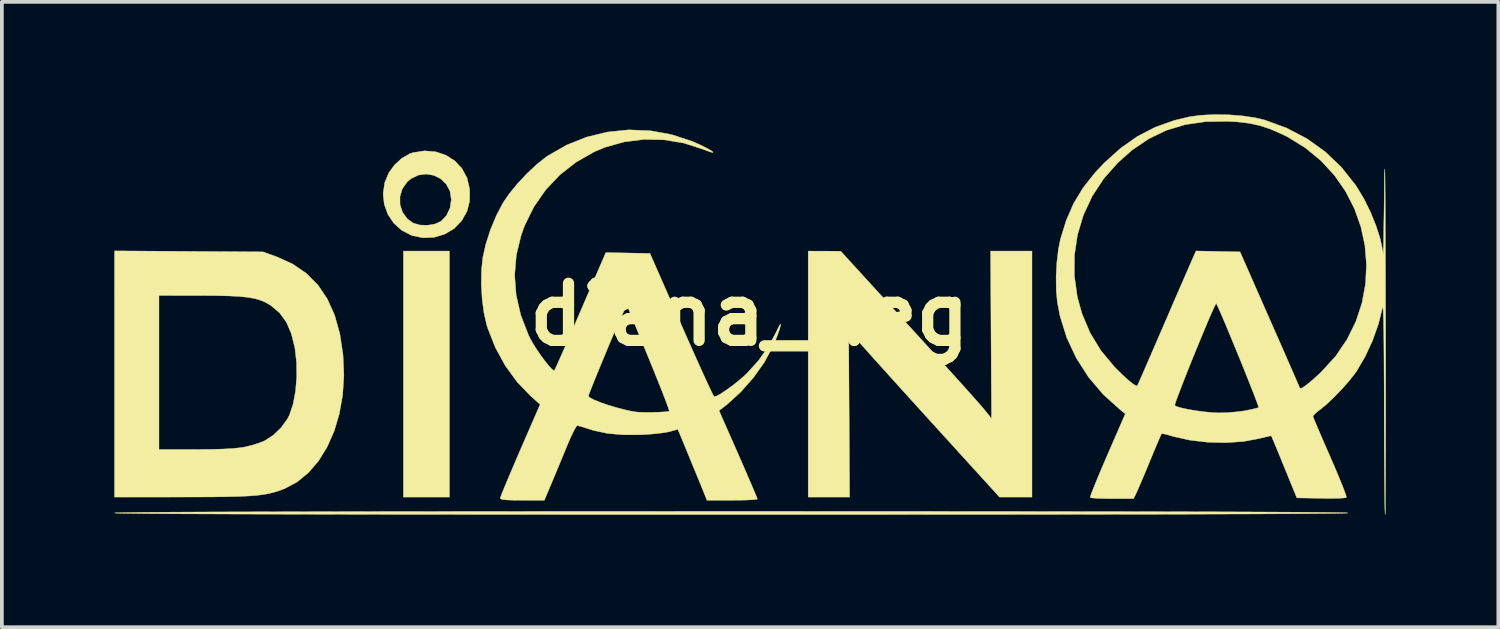
<source format=kicad_pcb>
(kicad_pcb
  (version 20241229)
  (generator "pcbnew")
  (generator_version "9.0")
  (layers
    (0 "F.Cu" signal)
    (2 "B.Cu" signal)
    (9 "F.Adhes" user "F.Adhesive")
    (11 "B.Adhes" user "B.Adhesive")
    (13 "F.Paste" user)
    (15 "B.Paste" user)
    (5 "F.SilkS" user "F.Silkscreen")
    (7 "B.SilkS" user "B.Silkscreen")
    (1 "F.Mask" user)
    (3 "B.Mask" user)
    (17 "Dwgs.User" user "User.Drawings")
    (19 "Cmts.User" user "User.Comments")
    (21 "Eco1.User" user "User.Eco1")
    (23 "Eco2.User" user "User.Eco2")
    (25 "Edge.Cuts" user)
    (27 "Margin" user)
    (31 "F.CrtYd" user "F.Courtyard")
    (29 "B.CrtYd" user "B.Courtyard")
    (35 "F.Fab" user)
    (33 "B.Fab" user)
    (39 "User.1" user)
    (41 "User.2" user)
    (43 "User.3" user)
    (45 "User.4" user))
  (footprint "diana_Neg"
    (layer "F.Cu")
    (at 16.938 5.339)
    (property "Reference" "diana_Neg" (at 0 0 0) (layer "F.SilkS") (effects (font (size 1.524 1.524) (thickness 0.3))))
    (attr through_hole)
    (fp_poly (pts (xy -8.001 4.868) (xy -9.229 4.868) (xy -9.229 -1.693) (xy -8.001 -1.693) (xy -8.001 4.868)) (stroke (width 0.01) (type solid)) (fill yes) (layer "F.SilkS"))
    (fp_poly (pts (xy 7.535 4.868) (xy 7.101 4.868) (xy 6.668 4.868) (xy 4.753 2.762) (xy 4.425 2.401) (xy 4.112 2.056) (xy 3.819 1.731) (xy 3.551 1.434) (xy 3.312 1.169) (xy 3.109 0.942) (xy 2.945 0.758) (xy 2.826 0.623) (xy 2.756 0.542) (xy 2.742 0.525) (xy 2.646 0.393) (xy 2.671 4.868) (xy 1.566 4.868) (xy 1.566 -1.693) (xy 2 -1.691) (xy 2.434 -1.69) (xy 4.233 0.28) (xy 4.556 0.633) (xy 4.866 0.975) (xy 5.16 1.298) (xy 5.43 1.597) (xy 5.672 1.865) (xy 5.879 2.096) (xy 6.047 2.285) (xy 6.169 2.423) (xy 6.24 2.507) (xy 6.244 2.511) (xy 6.456 2.773) (xy 6.443 0.54) (xy 6.431 -1.693) (xy 7.535 -1.693) (xy 7.535 4.868)) (stroke (width 0.01) (type solid)) (fill yes) (layer "F.SilkS"))
    (fp_poly (pts (xy -8.369 -4.342) (xy -8.095 -4.25) (xy -7.857 -4.098) (xy -7.666 -3.893) (xy -7.531 -3.64) (xy -7.463 -3.346) (xy -7.461 -3.322) (xy -7.464 -3.021) (xy -7.531 -2.759) (xy -7.667 -2.514) (xy -7.679 -2.498) (xy -7.879 -2.291) (xy -8.127 -2.144) (xy -8.407 -2.06) (xy -8.702 -2.046) (xy -8.994 -2.105) (xy -9.01 -2.11) (xy -9.275 -2.247) (xy -9.489 -2.44) (xy -9.646 -2.677) (xy -9.741 -2.945) (xy -9.762 -3.144) (xy -9.321 -3.144) (xy -9.318 -2.928) (xy -9.25 -2.724) (xy -9.122 -2.55) (xy -8.965 -2.439) (xy -8.792 -2.388) (xy -8.587 -2.381) (xy -8.386 -2.415) (xy -8.226 -2.488) (xy -8.08 -2.641) (xy -7.985 -2.844) (xy -7.952 -3.068) (xy -7.988 -3.294) (xy -8.088 -3.48) (xy -8.236 -3.622) (xy -8.419 -3.713) (xy -8.622 -3.747) (xy -8.83 -3.719) (xy -9.028 -3.622) (xy -9.127 -3.539) (xy -9.259 -3.354) (xy -9.321 -3.144) (xy -9.762 -3.144) (xy -9.77 -3.23) (xy -9.728 -3.518) (xy -9.621 -3.777) (xy -9.466 -3.991) (xy -9.271 -4.169) (xy -9.059 -4.29) (xy -8.984 -4.316) (xy -8.669 -4.366) (xy -8.369 -4.342)) (stroke (width 0.01) (type solid)) (fill yes) (layer "F.SilkS"))
    (fp_poly (pts (xy -12.975 -1.672) (xy -12.608 -1.541) (xy -12.184 -1.349) (xy -11.818 -1.098) (xy -11.509 -0.788) (xy -11.258 -0.416) (xy -11.063 0.018) (xy -10.924 0.515) (xy -10.84 1.075) (xy -10.839 1.082) (xy -10.816 1.626) (xy -10.85 2.15) (xy -10.938 2.647) (xy -11.076 3.11) (xy -11.262 3.53) (xy -11.491 3.902) (xy -11.76 4.216) (xy -12.067 4.468) (xy -12.408 4.648) (xy -12.436 4.658) (xy -12.568 4.706) (xy -12.699 4.745) (xy -12.836 4.778) (xy -12.989 4.804) (xy -13.167 4.825) (xy -13.378 4.84) (xy -13.632 4.852) (xy -13.937 4.859) (xy -14.302 4.864) (xy -14.735 4.866) (xy -15.124 4.867) (xy -16.933 4.868) (xy -16.933 3.598) (xy -15.748 3.598) (xy -14.778 3.598) (xy -14.376 3.596) (xy -14.049 3.587) (xy -13.788 3.573) (xy -13.583 3.552) (xy -13.477 3.535) (xy -13.281 3.489) (xy -13.085 3.428) (xy -12.93 3.366) (xy -12.928 3.365) (xy -12.698 3.216) (xy -12.487 3.011) (xy -12.319 2.779) (xy -12.268 2.679) (xy -12.171 2.389) (xy -12.106 2.043) (xy -12.075 1.665) (xy -12.08 1.277) (xy -12.122 0.903) (xy -12.125 0.884) (xy -12.218 0.51) (xy -12.35 0.204) (xy -12.529 -0.042) (xy -12.758 -0.237) (xy -12.783 -0.253) (xy -12.906 -0.324) (xy -13.037 -0.38) (xy -13.189 -0.425) (xy -13.37 -0.458) (xy -13.592 -0.481) (xy -13.866 -0.496) (xy -14.202 -0.504) (xy -14.61 -0.507) (xy -14.658 -0.507) (xy -15.748 -0.508) (xy -15.748 3.598) (xy -16.933 3.598) (xy -16.933 -1.698) (xy -12.975 -1.672)) (stroke (width 0.01) (type solid)) (fill yes) (layer "F.SilkS"))
    (fp_poly (pts (xy 1.132 5.249) (xy 2.667 5.25) (xy 4.118 5.25) (xy 5.487 5.251) (xy 6.771 5.252) (xy 7.972 5.253) (xy 9.089 5.255) (xy 10.122 5.256) (xy 11.071 5.258) (xy 11.936 5.26) (xy 12.718 5.262) (xy 13.415 5.265) (xy 14.028 5.268) (xy 14.557 5.271) (xy 15.001 5.274) (xy 15.361 5.277) (xy 15.637 5.281) (xy 15.828 5.284) (xy 15.935 5.288) (xy 15.96 5.292) (xy 15.917 5.296) (xy 15.79 5.3) (xy 15.579 5.304) (xy 15.283 5.307) (xy 14.903 5.31) (xy 14.438 5.313) (xy 13.889 5.316) (xy 13.256 5.319) (xy 12.539 5.321) (xy 11.737 5.324) (xy 10.852 5.326) (xy 9.883 5.327) (xy 8.829 5.329) (xy 7.692 5.33) (xy 6.472 5.332) (xy 5.167 5.332) (xy 3.779 5.333) (xy 2.308 5.334) (xy 0.753 5.334) (xy -0.487 5.334) (xy -2.105 5.334) (xy -3.641 5.334) (xy -5.092 5.333) (xy -6.46 5.332) (xy -7.745 5.331) (xy -8.945 5.33) (xy -10.062 5.329) (xy -11.096 5.327) (xy -12.045 5.325) (xy -12.91 5.323) (xy -13.691 5.321) (xy -14.389 5.318) (xy -15.002 5.316) (xy -15.53 5.313) (xy -15.975 5.31) (xy -16.335 5.306) (xy -16.611 5.303) (xy -16.802 5.299) (xy -16.909 5.295) (xy -16.933 5.292) (xy -16.891 5.287) (xy -16.764 5.284) (xy -16.553 5.28) (xy -16.257 5.276) (xy -15.876 5.273) (xy -15.412 5.27) (xy -14.863 5.267) (xy -14.23 5.264) (xy -13.512 5.262) (xy -12.711 5.26) (xy -11.826 5.258) (xy -10.856 5.256) (xy -9.803 5.254) (xy -8.666 5.253) (xy -7.445 5.252) (xy -6.141 5.251) (xy -4.753 5.25) (xy -3.281 5.25) (xy -1.726 5.249) (xy -0.487 5.249) (xy 1.132 5.249)) (stroke (width 0.01) (type solid)) (fill yes) (layer "F.SilkS"))
    (fp_poly (pts (xy -2.649 -4.903) (xy -2.083 -4.802) (xy -1.529 -4.62) (xy -1.33 -4.533) (xy -1.15 -4.444) (xy -1.029 -4.377) (xy -0.97 -4.335) (xy -0.977 -4.321) (xy -1.052 -4.339) (xy -1.198 -4.393) (xy -1.222 -4.403) (xy -1.742 -4.571) (xy -2.275 -4.66) (xy -2.812 -4.671) (xy -3.342 -4.604) (xy -3.855 -4.459) (xy -4.138 -4.341) (xy -4.625 -4.064) (xy -5.059 -3.723) (xy -5.436 -3.324) (xy -5.75 -2.872) (xy -5.996 -2.372) (xy -6.089 -2.117) (xy -6.217 -1.587) (xy -6.262 -1.053) (xy -6.222 -0.518) (xy -6.099 0.017) (xy -5.892 0.549) (xy -5.86 0.614) (xy -5.782 0.758) (xy -5.681 0.919) (xy -5.569 1.084) (xy -5.456 1.237) (xy -5.352 1.366) (xy -5.268 1.457) (xy -5.214 1.494) (xy -5.203 1.492) (xy -5.18 1.447) (xy -5.128 1.333) (xy -5.05 1.159) (xy -4.95 0.931) (xy -4.831 0.66) (xy -4.697 0.354) (xy -4.553 0.02) (xy -4.503 -0.096) (xy -3.831 -1.653) (xy -2.653 -1.63) (xy -1.817 0.274) (xy -1.651 0.651) (xy -1.494 1.003) (xy -1.35 1.324) (xy -1.223 1.605) (xy -1.115 1.84) (xy -1.03 2.021) (xy -0.972 2.14) (xy -0.944 2.189) (xy -0.943 2.19) (xy -0.88 2.175) (xy -0.769 2.115) (xy -0.624 2.019) (xy -0.459 1.9) (xy -0.291 1.766) (xy -0.132 1.629) (xy -0.071 1.572) (xy 0.243 1.225) (xy 0.515 0.839) (xy 0.702 0.491) (xy 0.761 0.367) (xy 0.806 0.281) (xy 0.825 0.254) (xy 0.829 0.29) (xy 0.805 0.385) (xy 0.758 0.523) (xy 0.696 0.685) (xy 0.624 0.854) (xy 0.615 0.873) (xy 0.392 1.281) (xy 0.104 1.685) (xy -0.23 2.063) (xy -0.591 2.393) (xy -0.649 2.438) (xy -0.811 2.563) (xy -0.299 3.725) (xy -0.171 4.018) (xy -0.055 4.286) (xy 0.046 4.52) (xy 0.126 4.708) (xy 0.182 4.843) (xy 0.21 4.913) (xy 0.212 4.92) (xy 0.172 4.931) (xy 0.061 4.941) (xy -0.105 4.948) (xy -0.314 4.952) (xy -0.461 4.953) (xy -1.134 4.953) (xy -1.206 4.773) (xy -1.244 4.677) (xy -1.309 4.519) (xy -1.393 4.314) (xy -1.49 4.079) (xy -1.593 3.829) (xy -1.593 3.827) (xy -1.909 3.061) (xy -2.129 3.122) (xy -2.259 3.148) (xy -2.448 3.172) (xy -2.67 3.193) (xy -2.89 3.206) (xy -3.368 3.208) (xy -3.787 3.17) (xy -4.162 3.09) (xy -4.308 3.044) (xy -4.444 3) (xy -4.55 2.971) (xy -4.594 2.963) (xy -4.628 3) (xy -4.685 3.102) (xy -4.758 3.253) (xy -4.84 3.439) (xy -4.857 3.482) (xy -4.962 3.737) (xy -5.08 4.021) (xy -5.194 4.296) (xy -5.27 4.477) (xy -5.47 4.953) (xy -6.058 4.953) (xy -6.302 4.951) (xy -6.472 4.945) (xy -6.579 4.934) (xy -6.633 4.917) (xy -6.646 4.897) (xy -6.63 4.846) (xy -6.584 4.726) (xy -6.511 4.55) (xy -6.417 4.325) (xy -6.305 4.061) (xy -6.18 3.77) (xy -6.115 3.619) (xy -5.583 2.398) (xy -5.833 2.174) (xy -5.835 2.173) (xy -4.297 2.173) (xy -4.258 2.215) (xy -4.152 2.272) (xy -3.995 2.336) (xy -3.801 2.404) (xy -3.587 2.47) (xy -3.368 2.529) (xy -3.159 2.576) (xy -3.027 2.598) (xy -2.924 2.606) (xy -2.776 2.61) (xy -2.605 2.609) (xy -2.434 2.604) (xy -2.284 2.596) (xy -2.178 2.586) (xy -2.139 2.576) (xy -2.149 2.533) (xy -2.188 2.421) (xy -2.253 2.249) (xy -2.339 2.026) (xy -2.445 1.761) (xy -2.565 1.464) (xy -2.671 1.203) (xy -2.803 0.882) (xy -2.925 0.585) (xy -3.034 0.319) (xy -3.125 0.096) (xy -3.195 -0.076) (xy -3.24 -0.186) (xy -3.255 -0.224) (xy -3.277 -0.216) (xy -3.325 -0.138) (xy -3.398 0.012) (xy -3.499 0.234) (xy -3.628 0.533) (xy -3.786 0.908) (xy -3.79 0.919) (xy -3.915 1.221) (xy -4.029 1.497) (xy -4.128 1.739) (xy -4.207 1.937) (xy -4.264 2.081) (xy -4.293 2.16) (xy -4.297 2.173) (xy -5.835 2.173) (xy -6.194 1.801) (xy -6.511 1.365) (xy -6.776 0.882) (xy -6.98 0.366) (xy -7.008 0.275) (xy -7.08 -0.042) (xy -7.129 -0.409) (xy -7.152 -0.798) (xy -7.147 -1.175) (xy -7.113 -1.512) (xy -7.113 -1.514) (xy -7.032 -1.876) (xy -6.907 -2.264) (xy -6.749 -2.644) (xy -6.573 -2.979) (xy -6.403 -3.227) (xy -6.182 -3.496) (xy -5.931 -3.763) (xy -5.673 -4.005) (xy -5.427 -4.201) (xy -5.381 -4.232) (xy -4.875 -4.522) (xy -4.341 -4.734) (xy -3.786 -4.869) (xy -3.22 -4.926) (xy -2.649 -4.903)) (stroke (width 0.01) (type solid)) (fill yes) (layer "F.SilkS"))
    (fp_poly (pts (xy 12.792 -5.327) (xy 13.174 -5.296) (xy 13.521 -5.242) (xy 13.737 -5.19) (xy 14.329 -4.973) (xy 14.869 -4.69) (xy 15.355 -4.342) (xy 15.788 -3.928) (xy 16.166 -3.45) (xy 16.199 -3.401) (xy 16.39 -3.084) (xy 16.562 -2.735) (xy 16.709 -2.374) (xy 16.821 -2.026) (xy 16.889 -1.711) (xy 16.901 -1.612) (xy 16.903 -1.631) (xy 16.907 -1.726) (xy 16.911 -1.89) (xy 16.915 -2.115) (xy 16.919 -2.394) (xy 16.924 -2.719) (xy 16.929 -3.082) (xy 16.933 -3.429) (xy 16.937 -3.663) (xy 16.94 -3.814) (xy 16.943 -3.882) (xy 16.945 -3.867) (xy 16.948 -3.772) (xy 16.951 -3.596) (xy 16.953 -3.341) (xy 16.956 -3.007) (xy 16.958 -2.596) (xy 16.96 -2.108) (xy 16.962 -1.543) (xy 16.964 -0.904) (xy 16.965 -0.191) (xy 16.966 -0.011) (xy 16.967 0.655) (xy 16.968 1.296) (xy 16.968 1.909) (xy 16.968 2.487) (xy 16.968 3.027) (xy 16.967 3.522) (xy 16.966 3.968) (xy 16.965 4.361) (xy 16.963 4.694) (xy 16.962 4.963) (xy 16.959 5.162) (xy 16.957 5.288) (xy 16.955 5.334) (xy 16.954 5.334) (xy 16.951 5.293) (xy 16.947 5.174) (xy 16.944 4.984) (xy 16.941 4.73) (xy 16.938 4.419) (xy 16.935 4.058) (xy 16.932 3.653) (xy 16.931 3.212) (xy 16.929 2.742) (xy 16.929 2.466) (xy 16.927 1.84) (xy 16.924 1.297) (xy 16.921 0.837) (xy 16.917 0.461) (xy 16.911 0.169) (xy 16.905 -0.04) (xy 16.898 -0.165) (xy 16.889 -0.205) (xy 16.885 -0.191) (xy 16.776 0.25) (xy 16.616 0.7) (xy 16.417 1.129) (xy 16.192 1.51) (xy 16.14 1.583) (xy 15.988 1.776) (xy 15.801 1.987) (xy 15.599 2.197) (xy 15.403 2.383) (xy 15.235 2.523) (xy 15.229 2.526) (xy 15.122 2.611) (xy 15.049 2.68) (xy 15.028 2.711) (xy 15.045 2.758) (xy 15.091 2.872) (xy 15.163 3.042) (xy 15.256 3.259) (xy 15.365 3.511) (xy 15.487 3.789) (xy 15.49 3.797) (xy 15.611 4.075) (xy 15.717 4.328) (xy 15.806 4.545) (xy 15.872 4.716) (xy 15.912 4.831) (xy 15.921 4.88) (xy 15.921 4.88) (xy 15.87 4.891) (xy 15.749 4.898) (xy 15.575 4.903) (xy 15.363 4.903) (xy 15.244 4.901) (xy 14.599 4.889) (xy 14.263 4.068) (xy 14.163 3.823) (xy 14.074 3.606) (xy 14 3.429) (xy 13.947 3.303) (xy 13.92 3.241) (xy 13.917 3.236) (xy 13.874 3.241) (xy 13.77 3.264) (xy 13.625 3.299) (xy 13.589 3.308) (xy 13.171 3.386) (xy 12.708 3.418) (xy 12.226 3.406) (xy 11.752 3.351) (xy 11.311 3.254) (xy 11.229 3.229) (xy 11.105 3.194) (xy 11.017 3.177) (xy 10.991 3.178) (xy 10.97 3.221) (xy 10.922 3.33) (xy 10.853 3.492) (xy 10.768 3.696) (xy 10.672 3.927) (xy 10.668 3.937) (xy 10.568 4.178) (xy 10.475 4.399) (xy 10.395 4.586) (xy 10.335 4.723) (xy 10.302 4.794) (xy 10.242 4.911) (xy 9.675 4.911) (xy 9.464 4.908) (xy 9.286 4.902) (xy 9.156 4.893) (xy 9.091 4.882) (xy 9.087 4.879) (xy 9.098 4.833) (xy 9.139 4.72) (xy 9.207 4.55) (xy 9.296 4.333) (xy 9.403 4.078) (xy 9.524 3.797) (xy 9.546 3.746) (xy 10.024 2.646) (xy 9.891 2.541) (xy 9.757 2.421) (xy 11.342 2.421) (xy 11.343 2.426) (xy 11.411 2.459) (xy 11.545 2.496) (xy 11.726 2.534) (xy 11.934 2.568) (xy 12.151 2.596) (xy 12.358 2.615) (xy 12.516 2.622) (xy 12.743 2.615) (xy 12.987 2.596) (xy 13.201 2.568) (xy 13.232 2.562) (xy 13.388 2.53) (xy 13.51 2.501) (xy 13.575 2.481) (xy 13.58 2.479) (xy 13.569 2.436) (xy 13.53 2.327) (xy 13.467 2.161) (xy 13.385 1.95) (xy 13.287 1.704) (xy 13.179 1.434) (xy 13.064 1.151) (xy 12.947 0.866) (xy 12.833 0.589) (xy 12.726 0.332) (xy 12.63 0.105) (xy 12.55 -0.081) (xy 12.49 -0.215) (xy 12.455 -0.287) (xy 12.448 -0.295) (xy 12.424 -0.257) (xy 12.373 -0.151) (xy 12.301 0.011) (xy 12.211 0.22) (xy 12.109 0.464) (xy 11.998 0.732) (xy 11.883 1.013) (xy 11.768 1.296) (xy 11.659 1.569) (xy 11.559 1.823) (xy 11.473 2.047) (xy 11.405 2.228) (xy 11.36 2.356) (xy 11.342 2.421) (xy 9.757 2.421) (xy 9.436 2.132) (xy 9.044 1.67) (xy 8.718 1.163) (xy 8.463 0.619) (xy 8.284 0.046) (xy 8.21 -0.336) (xy 8.182 -0.653) (xy 8.178 -1.014) (xy 8.179 -1.029) (xy 8.666 -1.029) (xy 8.744 -0.472) (xy 8.866 -0.031) (xy 9.085 0.489) (xy 9.374 0.963) (xy 9.737 1.398) (xy 9.758 1.419) (xy 9.944 1.604) (xy 10.105 1.75) (xy 10.23 1.851) (xy 10.314 1.901) (xy 10.344 1.9) (xy 10.363 1.859) (xy 10.412 1.749) (xy 10.487 1.578) (xy 10.584 1.354) (xy 10.7 1.088) (xy 10.831 0.786) (xy 10.973 0.458) (xy 10.997 0.402) (xy 11.147 0.056) (xy 11.291 -0.279) (xy 11.426 -0.59) (xy 11.547 -0.868) (xy 11.648 -1.1) (xy 11.725 -1.277) (xy 11.773 -1.387) (xy 11.773 -1.388) (xy 11.909 -1.696) (xy 12.497 -1.684) (xy 13.084 -1.672) (xy 13.857 0.085) (xy 14.017 0.449) (xy 14.168 0.79) (xy 14.304 1.102) (xy 14.424 1.375) (xy 14.523 1.602) (xy 14.598 1.774) (xy 14.645 1.882) (xy 14.66 1.919) (xy 14.684 1.964) (xy 14.722 1.965) (xy 14.798 1.919) (xy 14.827 1.899) (xy 14.92 1.826) (xy 15.051 1.714) (xy 15.197 1.581) (xy 15.255 1.526) (xy 15.634 1.111) (xy 15.939 0.661) (xy 16.173 0.186) (xy 16.336 -0.309) (xy 16.43 -0.817) (xy 16.455 -1.329) (xy 16.414 -1.839) (xy 16.307 -2.339) (xy 16.135 -2.823) (xy 15.9 -3.283) (xy 15.602 -3.712) (xy 15.243 -4.102) (xy 14.825 -4.447) (xy 14.348 -4.74) (xy 14.212 -4.807) (xy 13.905 -4.942) (xy 13.623 -5.037) (xy 13.336 -5.1) (xy 13.014 -5.138) (xy 12.747 -5.153) (xy 12.162 -5.144) (xy 11.622 -5.065) (xy 11.121 -4.914) (xy 10.651 -4.689) (xy 10.205 -4.386) (xy 9.827 -4.052) (xy 9.448 -3.624) (xy 9.141 -3.155) (xy 8.907 -2.654) (xy 8.749 -2.128) (xy 8.668 -1.584) (xy 8.666 -1.029) (xy 8.179 -1.029) (xy 8.198 -1.386) (xy 8.239 -1.738) (xy 8.294 -2.011) (xy 8.45 -2.516) (xy 8.646 -2.965) (xy 8.896 -3.378) (xy 9.209 -3.775) (xy 9.461 -4.043) (xy 9.897 -4.435) (xy 10.344 -4.75) (xy 10.818 -4.995) (xy 11.332 -5.178) (xy 11.721 -5.272) (xy 12.038 -5.316) (xy 12.404 -5.334) (xy 12.792 -5.327)) (stroke (width 0.01) (type solid)) (fill yes) (layer "F.SilkS")))
  (gr_rect
    (start -3 -3)
    (end 36.911 13.678)
    (stroke (width 0.1) (type default))
    (fill no)
    (layer "Edge.Cuts")))
</source>
